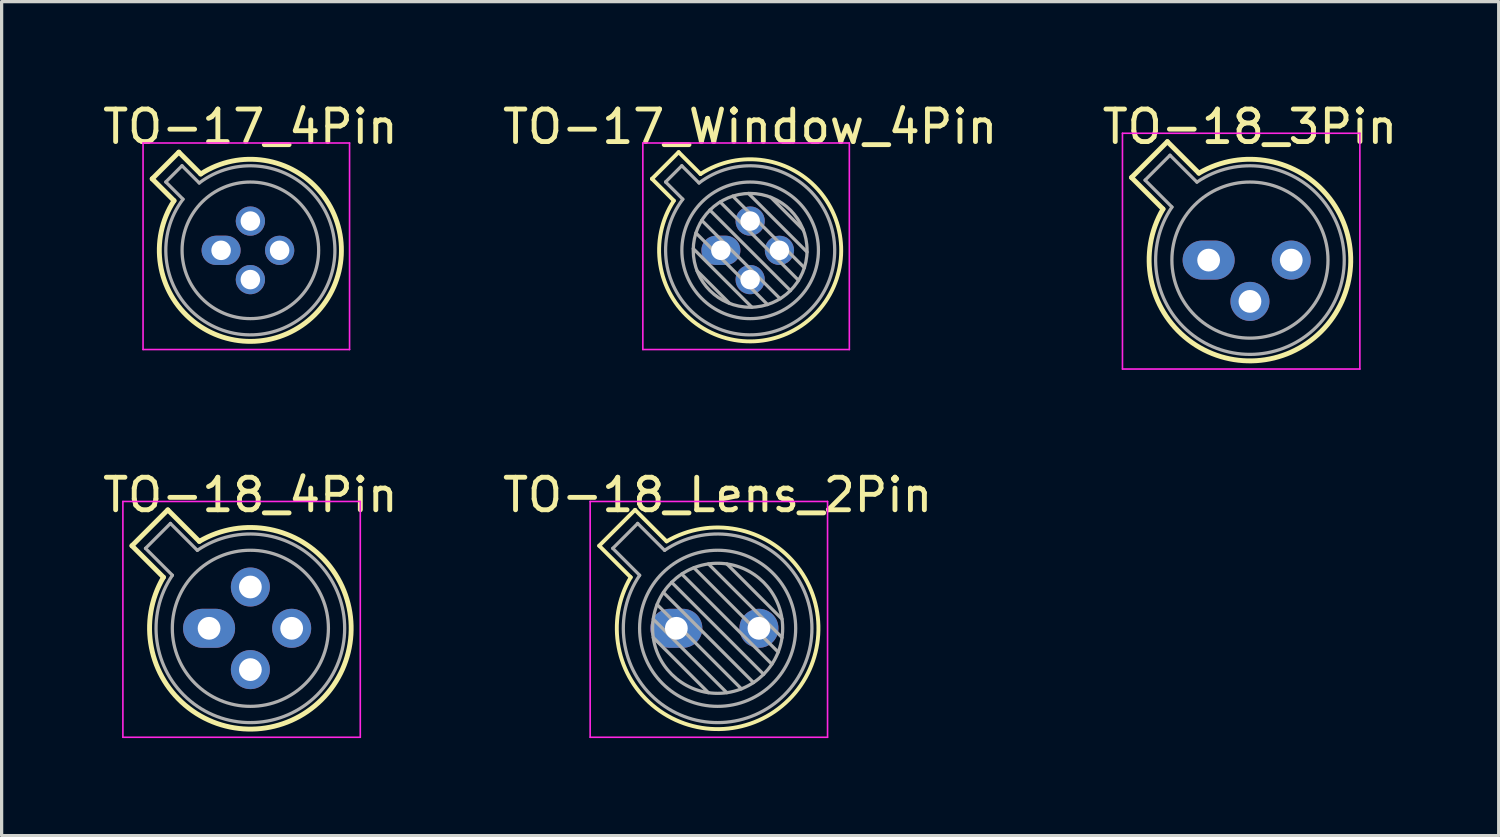
<source format=kicad_pcb>
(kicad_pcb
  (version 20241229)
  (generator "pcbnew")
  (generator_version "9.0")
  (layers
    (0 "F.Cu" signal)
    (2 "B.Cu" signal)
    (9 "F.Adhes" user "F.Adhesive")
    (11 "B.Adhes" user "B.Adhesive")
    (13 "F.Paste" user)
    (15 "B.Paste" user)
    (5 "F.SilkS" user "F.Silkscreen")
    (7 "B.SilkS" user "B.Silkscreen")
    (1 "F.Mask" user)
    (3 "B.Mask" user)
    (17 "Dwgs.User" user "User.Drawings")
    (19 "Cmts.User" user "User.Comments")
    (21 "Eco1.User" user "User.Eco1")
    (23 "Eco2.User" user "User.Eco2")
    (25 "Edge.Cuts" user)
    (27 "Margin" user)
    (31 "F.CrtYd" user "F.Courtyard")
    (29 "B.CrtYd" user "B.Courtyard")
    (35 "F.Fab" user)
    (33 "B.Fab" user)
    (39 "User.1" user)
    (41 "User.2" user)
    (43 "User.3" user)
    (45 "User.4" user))
  (footprint "TO-17_Window_4Pin"
    (layer "F.Cu")
    (at 19.118 4.648)
    (property "Reference" "TO-17_Window_4Pin" (at 0.9 -3.8 0) (layer "F.SilkS") (effects (font (size 1 1) (thickness 0.15))))
    (attr through_hole)
    (fp_line (start -2.119 -2.199) (end -1.447 -1.527) (stroke (width 0.12) (type solid)) (layer "F.SilkS"))
    (fp_line (start -1.299 -3.019) (end -2.119 -2.199) (stroke (width 0.12) (type solid)) (layer "F.SilkS"))
    (fp_line (start -0.627 -2.347) (end -1.299 -3.019) (stroke (width 0.12) (type solid)) (layer "F.SilkS"))
    (fp_arc (start -0.626834 -2.347078) (mid 2.879899 1.979899) (end -1.447078 -1.526834) (stroke (width 0.12) (type solid)) (layer "F.SilkS"))
    (fp_line (start -2.4 -3.3) (end -2.4 3.05) (stroke (width 0.05) (type solid)) (layer "F.CrtYd"))
    (fp_line (start -2.4 3.05) (end 3.95 3.05) (stroke (width 0.05) (type solid)) (layer "F.CrtYd"))
    (fp_line (start 3.95 -3.3) (end -2.4 -3.3) (stroke (width 0.05) (type solid)) (layer "F.CrtYd"))
    (fp_line (start 3.95 3.05) (end 3.95 -3.3) (stroke (width 0.05) (type solid)) (layer "F.CrtYd"))
    (fp_line (start -1.701 -2.102) (end -1.171 -1.572) (stroke (width 0.1) (type solid)) (layer "F.Fab"))
    (fp_line (start -1.202 -2.601) (end -1.701 -2.102) (stroke (width 0.1) (type solid)) (layer "F.Fab"))
    (fp_line (start -0.85 -0.053) (end 0.953 1.75) (stroke (width 0.1) (type solid)) (layer "F.Fab"))
    (fp_line (start -0.767 -0.535) (end 1.435 1.667) (stroke (width 0.1) (type solid)) (layer "F.Fab"))
    (fp_line (start -0.733 0.631) (end 0.269 1.633) (stroke (width 0.1) (type solid)) (layer "F.Fab"))
    (fp_line (start -0.672 -2.071) (end -1.202 -2.601) (stroke (width 0.1) (type solid)) (layer "F.Fab"))
    (fp_line (start -0.588 -0.922) (end 1.822 1.488) (stroke (width 0.1) (type solid)) (layer "F.Fab"))
    (fp_line (start -0.338 -1.238) (end 2.138 1.238) (stroke (width 0.1) (type solid)) (layer "F.Fab"))
    (fp_line (start -0.022 -1.488) (end 2.388 0.922) (stroke (width 0.1) (type solid)) (layer "F.Fab"))
    (fp_line (start 0.365 -1.667) (end 2.567 0.535) (stroke (width 0.1) (type solid)) (layer "F.Fab"))
    (fp_line (start 0.847 -1.75) (end 2.65 0.053) (stroke (width 0.1) (type solid)) (layer "F.Fab"))
    (fp_line (start 1.531 -1.633) (end 2.533 -0.631) (stroke (width 0.1) (type solid)) (layer "F.Fab"))
    (fp_arc (start -0.67196 -2.070976) (mid 2.738477 1.838478) (end -1.170975 -1.571961) (stroke (width 0.1) (type solid)) (layer "F.Fab"))
    (fp_circle (center 0.9 0) (end 2.65 0) (stroke (width 0.1) (type solid)) (fill no) (layer "F.Fab"))
    (fp_circle (center 0.9 0) (end 3 0) (stroke (width 0.1) (type solid)) (fill no) (layer "F.Fab"))
    (pad "1" thru_hole oval (at 0 0) (size 1.2 0.9) (drill 0.6) (layers "*.Cu" "*.Mask"))
    (pad "2" thru_hole oval (at 0.9 0.9) (size 0.9 0.9) (drill 0.6) (layers "*.Cu" "*.Mask"))
    (pad "3" thru_hole oval (at 1.8 0) (size 0.9 0.9) (drill 0.6) (layers "*.Cu" "*.Mask"))
    (pad "4" thru_hole oval (at 0.9 -0.9) (size 0.9 0.9) (drill 0.6) (layers "*.Cu" "*.Mask")))
  (footprint "TO-18_4Pin"
    (layer "F.Cu")
    (at 3.379 16.271)
    (property "Reference" "TO-18_4Pin" (at 1.27 -4.1 0) (layer "F.SilkS") (effects (font (size 1 1) (thickness 0.15))))
    (attr through_hole)
    (fp_line (start -2.372 -2.539) (end -1.403 -1.57) (stroke (width 0.15) (type solid)) (layer "F.SilkS"))
    (fp_line (start -1.269 -3.642) (end -2.372 -2.539) (stroke (width 0.15) (type solid)) (layer "F.SilkS"))
    (fp_line (start -0.3 -2.673) (end -1.269 -3.642) (stroke (width 0.15) (type solid)) (layer "F.SilkS"))
    (fp_arc (start -0.299966 -2.673052) (mid 3.462031 2.192031) (end -1.403052 -1.569965) (stroke (width 0.15) (type solid)) (layer "F.SilkS"))
    (fp_line (start -2.65 -3.9) (end -2.65 3.35) (stroke (width 0.05) (type solid)) (layer "F.CrtYd"))
    (fp_line (start -2.65 3.35) (end 4.65 3.35) (stroke (width 0.05) (type solid)) (layer "F.CrtYd"))
    (fp_line (start 4.65 -3.9) (end -2.65 -3.9) (stroke (width 0.05) (type solid)) (layer "F.CrtYd"))
    (fp_line (start 4.65 3.35) (end 4.65 -3.9) (stroke (width 0.05) (type solid)) (layer "F.CrtYd"))
    (fp_line (start -1.955 -2.458) (end -1.128 -1.631) (stroke (width 0.1) (type solid)) (layer "F.Fab"))
    (fp_line (start -1.188 -3.225) (end -1.955 -2.458) (stroke (width 0.1) (type solid)) (layer "F.Fab"))
    (fp_line (start -0.361 -2.398) (end -1.188 -3.225) (stroke (width 0.1) (type solid)) (layer "F.Fab"))
    (fp_arc (start -0.360736 -2.398061) (mid 3.320609 2.050609) (end -1.128061 -1.630736) (stroke (width 0.1) (type solid)) (layer "F.Fab"))
    (fp_circle (center 1.27 0) (end 3.67 0) (stroke (width 0.1) (type solid)) (fill no) (layer "F.Fab"))
    (pad "1" thru_hole oval (at 0 0) (size 1.6 1.2) (drill 0.7) (layers "*.Cu" "*.Mask"))
    (pad "2" thru_hole oval (at 1.27 1.27) (size 1.2 1.2) (drill 0.7) (layers "*.Cu" "*.Mask"))
    (pad "3" thru_hole oval (at 2.54 0) (size 1.2 1.2) (drill 0.7) (layers "*.Cu" "*.Mask"))
    (pad "4" thru_hole oval (at 1.27 -1.27) (size 1.2 1.2) (drill 0.7) (layers "*.Cu" "*.Mask")))
  (footprint "TO-18_3Pin"
    (layer "F.Cu")
    (at 34.117 4.948)
    (property "Reference" "TO-18_3Pin" (at 1.27 -4.1 0) (layer "F.SilkS") (effects (font (size 1 1) (thickness 0.15))))
    (attr through_hole)
    (fp_line (start -2.372 -2.539) (end -1.403 -1.57) (stroke (width 0.15) (type solid)) (layer "F.SilkS"))
    (fp_line (start -1.269 -3.642) (end -2.372 -2.539) (stroke (width 0.15) (type solid)) (layer "F.SilkS"))
    (fp_line (start -0.3 -2.673) (end -1.269 -3.642) (stroke (width 0.15) (type solid)) (layer "F.SilkS"))
    (fp_arc (start -0.299966 -2.673052) (mid 3.462031 2.192031) (end -1.403052 -1.569965) (stroke (width 0.15) (type solid)) (layer "F.SilkS"))
    (fp_line (start -2.65 -3.9) (end -2.65 3.35) (stroke (width 0.05) (type solid)) (layer "F.CrtYd"))
    (fp_line (start -2.65 3.35) (end 4.65 3.35) (stroke (width 0.05) (type solid)) (layer "F.CrtYd"))
    (fp_line (start 4.65 -3.9) (end -2.65 -3.9) (stroke (width 0.05) (type solid)) (layer "F.CrtYd"))
    (fp_line (start 4.65 3.35) (end 4.65 -3.9) (stroke (width 0.05) (type solid)) (layer "F.CrtYd"))
    (fp_line (start -1.955 -2.458) (end -1.128 -1.631) (stroke (width 0.1) (type solid)) (layer "F.Fab"))
    (fp_line (start -1.188 -3.225) (end -1.955 -2.458) (stroke (width 0.1) (type solid)) (layer "F.Fab"))
    (fp_line (start -0.361 -2.398) (end -1.188 -3.225) (stroke (width 0.1) (type solid)) (layer "F.Fab"))
    (fp_arc (start -0.360736 -2.398061) (mid 3.320609 2.050609) (end -1.128061 -1.630736) (stroke (width 0.1) (type solid)) (layer "F.Fab"))
    (fp_circle (center 1.27 0) (end 3.67 0) (stroke (width 0.1) (type solid)) (fill no) (layer "F.Fab"))
    (pad "1" thru_hole oval (at 0 0) (size 1.6 1.2) (drill 0.7) (layers "*.Cu" "*.Mask"))
    (pad "2" thru_hole oval (at 1.27 1.27) (size 1.2 1.2) (drill 0.7) (layers "*.Cu" "*.Mask"))
    (pad "3" thru_hole oval (at 2.54 0) (size 1.2 1.2) (drill 0.7) (layers "*.Cu" "*.Mask")))
  (footprint "TO-18_Lens_2Pin"
    (layer "F.Cu")
    (at 17.748 16.271)
    (property "Reference" "TO-18_Lens_2Pin" (at 1.27 -4.1 0) (layer "F.SilkS") (effects (font (size 1 1) (thickness 0.15))))
    (attr through_hole)
    (fp_line (start -2.372 -2.539) (end -1.403 -1.57) (stroke (width 0.12) (type solid)) (layer "F.SilkS"))
    (fp_line (start -1.269 -3.642) (end -2.372 -2.539) (stroke (width 0.12) (type solid)) (layer "F.SilkS"))
    (fp_line (start -0.3 -2.673) (end -1.269 -3.642) (stroke (width 0.12) (type solid)) (layer "F.SilkS"))
    (fp_arc (start -0.299966 -2.673052) (mid 3.462031 2.192031) (end -1.403052 -1.569965) (stroke (width 0.12) (type solid)) (layer "F.SilkS"))
    (fp_line (start -2.65 -3.9) (end -2.65 3.35) (stroke (width 0.05) (type solid)) (layer "F.CrtYd"))
    (fp_line (start -2.65 3.35) (end 4.65 3.35) (stroke (width 0.05) (type solid)) (layer "F.CrtYd"))
    (fp_line (start 4.65 -3.9) (end -2.65 -3.9) (stroke (width 0.05) (type solid)) (layer "F.CrtYd"))
    (fp_line (start 4.65 3.35) (end 4.65 -3.9) (stroke (width 0.05) (type solid)) (layer "F.CrtYd"))
    (fp_line (start -1.955 -2.458) (end -1.128 -1.631) (stroke (width 0.1) (type solid)) (layer "F.Fab"))
    (fp_line (start -1.188 -3.225) (end -1.955 -2.458) (stroke (width 0.1) (type solid)) (layer "F.Fab"))
    (fp_line (start -0.71 -0.283) (end 1.553 1.98) (stroke (width 0.1) (type solid)) (layer "F.Fab"))
    (fp_line (start -0.71 0.283) (end 0.987 1.98) (stroke (width 0.1) (type solid)) (layer "F.Fab"))
    (fp_line (start -0.592 -0.731) (end 2.001 1.862) (stroke (width 0.1) (type solid)) (layer "F.Fab"))
    (fp_line (start -0.399 -1.103) (end 2.373 1.669) (stroke (width 0.1) (type solid)) (layer "F.Fab"))
    (fp_line (start -0.361 -2.398) (end -1.188 -3.225) (stroke (width 0.1) (type solid)) (layer "F.Fab"))
    (fp_line (start -0.145 -1.415) (end 2.685 1.415) (stroke (width 0.1) (type solid)) (layer "F.Fab"))
    (fp_line (start 0.167 -1.669) (end 2.939 1.103) (stroke (width 0.1) (type solid)) (layer "F.Fab"))
    (fp_line (start 0.539 -1.862) (end 3.132 0.731) (stroke (width 0.1) (type solid)) (layer "F.Fab"))
    (fp_line (start 0.987 -1.98) (end 3.25 0.283) (stroke (width 0.1) (type solid)) (layer "F.Fab"))
    (fp_line (start 1.553 -1.98) (end 3.25 -0.283) (stroke (width 0.1) (type solid)) (layer "F.Fab"))
    (fp_arc (start -0.360736 -2.398061) (mid 3.320609 2.050609) (end -1.128061 -1.630736) (stroke (width 0.1) (type solid)) (layer "F.Fab"))
    (fp_circle (center 1.27 0) (end 3.27 0) (stroke (width 0.1) (type solid)) (fill no) (layer "F.Fab"))
    (fp_circle (center 1.27 0) (end 3.67 0) (stroke (width 0.1) (type solid)) (fill no) (layer "F.Fab"))
    (pad "1" thru_hole oval (at 0 0) (size 1.6 1.2) (drill 0.7) (layers "*.Cu" "*.Mask"))
    (pad "2" thru_hole oval (at 2.54 0) (size 1.2 1.2) (drill 0.7) (layers "*.Cu" "*.Mask")))
  (footprint "TO-17_4Pin"
    (layer "F.Cu")
    (at 3.749 4.648)
    (property "Reference" "TO-17_4Pin" (at 0.9 -3.8 0) (layer "F.SilkS") (effects (font (size 1 1) (thickness 0.15))))
    (attr through_hole)
    (fp_line (start -2.119 -2.199) (end -1.447 -1.527) (stroke (width 0.15) (type solid)) (layer "F.SilkS"))
    (fp_line (start -1.299 -3.019) (end -2.119 -2.199) (stroke (width 0.15) (type solid)) (layer "F.SilkS"))
    (fp_line (start -0.627 -2.347) (end -1.299 -3.019) (stroke (width 0.15) (type solid)) (layer "F.SilkS"))
    (fp_arc (start -0.626834 -2.347078) (mid 2.879899 1.979899) (end -1.447078 -1.526834) (stroke (width 0.15) (type solid)) (layer "F.SilkS"))
    (fp_line (start -2.4 -3.3) (end -2.4 3.05) (stroke (width 0.05) (type solid)) (layer "F.CrtYd"))
    (fp_line (start -2.4 3.05) (end 3.95 3.05) (stroke (width 0.05) (type solid)) (layer "F.CrtYd"))
    (fp_line (start 3.95 -3.3) (end -2.4 -3.3) (stroke (width 0.05) (type solid)) (layer "F.CrtYd"))
    (fp_line (start 3.95 3.05) (end 3.95 -3.3) (stroke (width 0.05) (type solid)) (layer "F.CrtYd"))
    (fp_line (start -1.701 -2.102) (end -1.171 -1.572) (stroke (width 0.1) (type solid)) (layer "F.Fab"))
    (fp_line (start -1.202 -2.601) (end -1.701 -2.102) (stroke (width 0.1) (type solid)) (layer "F.Fab"))
    (fp_line (start -0.672 -2.071) (end -1.202 -2.601) (stroke (width 0.1) (type solid)) (layer "F.Fab"))
    (fp_arc (start -0.67196 -2.070976) (mid 2.738477 1.838478) (end -1.170975 -1.571961) (stroke (width 0.1) (type solid)) (layer "F.Fab"))
    (fp_circle (center 0.9 0) (end 3 0) (stroke (width 0.1) (type solid)) (fill no) (layer "F.Fab"))
    (pad "1" thru_hole oval (at 0 0) (size 1.2 0.9) (drill 0.6) (layers "*.Cu" "*.Mask"))
    (pad "2" thru_hole oval (at 0.9 0.9) (size 0.9 0.9) (drill 0.6) (layers "*.Cu" "*.Mask"))
    (pad "3" thru_hole oval (at 1.8 0) (size 0.9 0.9) (drill 0.6) (layers "*.Cu" "*.Mask"))
    (pad "4" thru_hole oval (at 0.9 -0.9) (size 0.9 0.9) (drill 0.6) (layers "*.Cu" "*.Mask")))
  (gr_rect
    (start -3 -3)
    (end 43.036 22.646)
    (stroke (width 0.1) (type default))
    (fill no)
    (layer "Edge.Cuts")))
</source>
